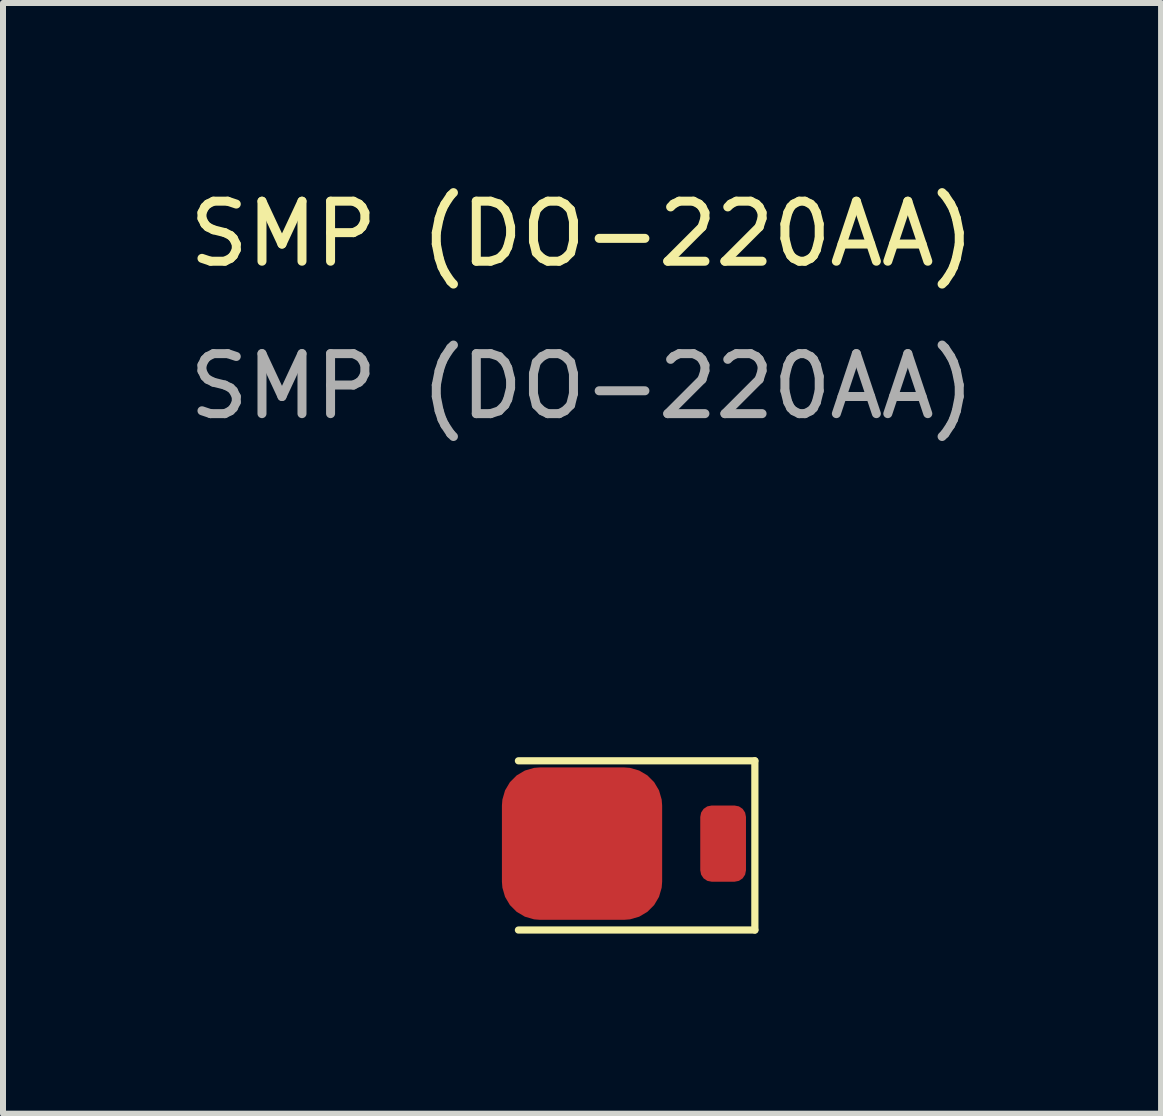
<source format=kicad_pcb>
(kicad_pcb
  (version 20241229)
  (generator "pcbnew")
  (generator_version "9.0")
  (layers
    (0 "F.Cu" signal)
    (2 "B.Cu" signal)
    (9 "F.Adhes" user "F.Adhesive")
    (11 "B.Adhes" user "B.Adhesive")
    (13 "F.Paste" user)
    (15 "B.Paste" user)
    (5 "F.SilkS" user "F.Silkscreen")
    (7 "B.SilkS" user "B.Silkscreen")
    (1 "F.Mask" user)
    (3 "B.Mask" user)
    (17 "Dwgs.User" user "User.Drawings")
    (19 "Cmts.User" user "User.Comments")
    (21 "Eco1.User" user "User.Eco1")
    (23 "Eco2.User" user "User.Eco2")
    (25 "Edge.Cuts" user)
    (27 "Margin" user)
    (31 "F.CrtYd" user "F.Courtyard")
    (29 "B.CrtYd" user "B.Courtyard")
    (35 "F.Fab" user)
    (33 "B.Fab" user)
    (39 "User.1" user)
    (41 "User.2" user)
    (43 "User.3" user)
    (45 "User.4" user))
  (footprint "SMP (DO-220AA)"
    (layer "F.Cu")
    (at 6.649 11.008)
    (property "Reference" "SMP (DO-220AA)" (at 0 -10.16 0) (unlocked yes) (layer "F.SilkS") (effects (font (size 1 1) (thickness 0.15))))
    (attr smd)
    (fp_line (start 2.88 -1.38) (end -1.06 -1.38) (stroke (width 0.12) (type solid)) (layer "F.SilkS"))
    (fp_line (start 2.88 -1.38) (end 2.88 1.44) (stroke (width 0.12) (type solid)) (layer "F.SilkS"))
    (fp_line (start 2.88 1.44) (end -1.06 1.44) (stroke (width 0.12) (type solid)) (layer "F.SilkS"))
    (fp_text user "${REFERENCE}" (at 0 -7.62 0) (unlocked yes) (layer "F.Fab") (effects (font (size 1 1) (thickness 0.15))))
    (pad "1" smd roundrect (at 0 0) (size 2.67 2.54) (layers "F.Cu" "F.Mask" "F.Paste") (roundrect_rratio 0.25))
    (pad "2" smd roundrect (at 2.351 0) (size 0.762 1.27) (layers "F.Cu" "F.Mask" "F.Paste") (roundrect_rratio 0.25)))
  (gr_rect
    (start -3 -3)
    (end 16.298 15.508)
    (stroke (width 0.1) (type default))
    (fill no)
    (layer "Edge.Cuts")))
</source>
